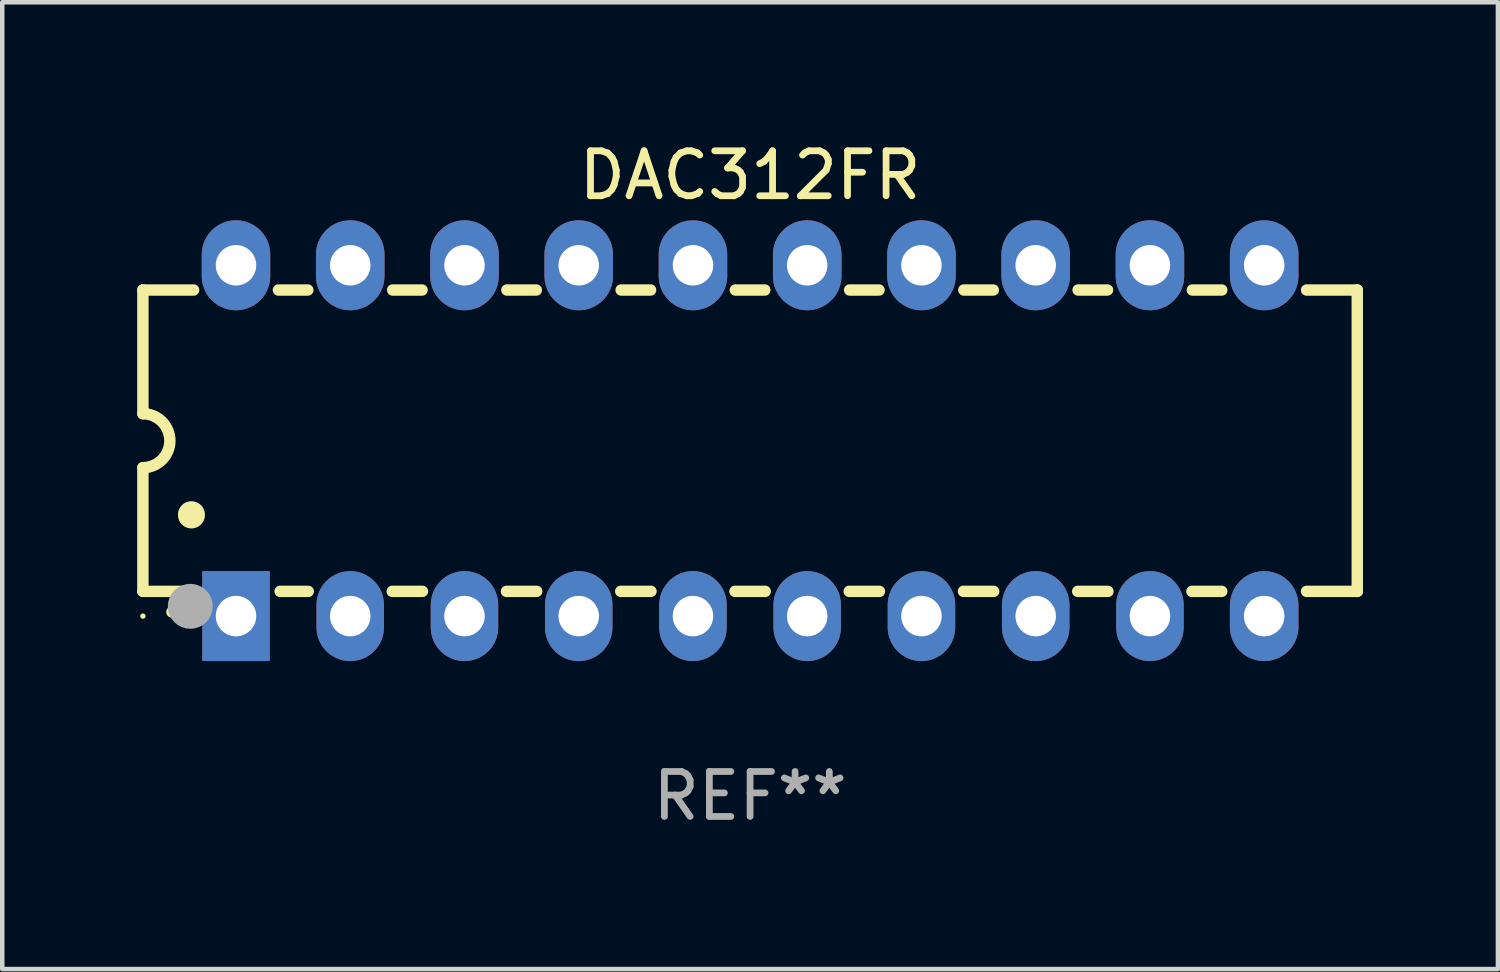
<source format=kicad_pcb>
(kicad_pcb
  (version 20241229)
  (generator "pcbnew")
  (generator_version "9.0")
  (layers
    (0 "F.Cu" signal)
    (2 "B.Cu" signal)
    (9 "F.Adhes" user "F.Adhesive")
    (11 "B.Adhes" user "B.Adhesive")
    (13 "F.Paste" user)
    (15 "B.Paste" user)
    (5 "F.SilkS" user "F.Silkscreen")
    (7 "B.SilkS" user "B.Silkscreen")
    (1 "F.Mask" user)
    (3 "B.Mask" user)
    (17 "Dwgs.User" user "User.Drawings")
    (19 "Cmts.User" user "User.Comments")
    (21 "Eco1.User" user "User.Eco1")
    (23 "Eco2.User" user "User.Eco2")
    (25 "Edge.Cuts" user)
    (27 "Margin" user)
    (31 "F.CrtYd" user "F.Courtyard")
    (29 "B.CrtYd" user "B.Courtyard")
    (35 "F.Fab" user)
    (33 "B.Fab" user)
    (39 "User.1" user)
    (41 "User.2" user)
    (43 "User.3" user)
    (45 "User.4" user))
  (footprint "DAC312FR"
    (layer "F.Cu")
    (at 13.627 6.748)
    (property "Reference" "DAC312FR" (at 0 -5.9 0) (layer "F.SilkS") (effects (font (size 1 1) (thickness 0.15))))
    (attr through_hole)
    (fp_line (start -13.5 -3.35) (end -12.373 -3.35) (stroke (width 0.254) (type solid)) (layer "F.SilkS"))
    (fp_line (start -13.5 -0.6) (end -13.5 -3.35) (stroke (width 0.254) (type solid)) (layer "F.SilkS"))
    (fp_line (start -13.5 3.35) (end -13.5 0.6) (stroke (width 0.254) (type solid)) (layer "F.SilkS"))
    (fp_line (start -13.5 3.35) (end -12.411 3.35) (stroke (width 0.254) (type solid)) (layer "F.SilkS"))
    (fp_line (start -10.487 -3.35) (end -9.833 -3.35) (stroke (width 0.254) (type solid)) (layer "F.SilkS"))
    (fp_line (start -10.449 3.35) (end -9.824 3.35) (stroke (width 0.254) (type solid)) (layer "F.SilkS"))
    (fp_line (start -7.956 3.35) (end -7.284 3.35) (stroke (width 0.254) (type solid)) (layer "F.SilkS"))
    (fp_line (start -7.947 -3.35) (end -7.293 -3.35) (stroke (width 0.254) (type solid)) (layer "F.SilkS"))
    (fp_line (start -5.416 3.35) (end -4.744 3.35) (stroke (width 0.254) (type solid)) (layer "F.SilkS"))
    (fp_line (start -5.407 -3.35) (end -4.753 -3.35) (stroke (width 0.254) (type solid)) (layer "F.SilkS"))
    (fp_line (start -2.876 3.35) (end -2.204 3.35) (stroke (width 0.254) (type solid)) (layer "F.SilkS"))
    (fp_line (start -2.867 -3.35) (end -2.213 -3.35) (stroke (width 0.254) (type solid)) (layer "F.SilkS"))
    (fp_line (start -0.336 3.35) (end 0.336 3.35) (stroke (width 0.254) (type solid)) (layer "F.SilkS"))
    (fp_line (start -0.327 -3.35) (end 0.327 -3.35) (stroke (width 0.254) (type solid)) (layer "F.SilkS"))
    (fp_line (start 2.204 3.35) (end 2.876 3.35) (stroke (width 0.254) (type solid)) (layer "F.SilkS"))
    (fp_line (start 2.213 -3.35) (end 2.867 -3.35) (stroke (width 0.254) (type solid)) (layer "F.SilkS"))
    (fp_line (start 4.744 3.35) (end 5.416 3.35) (stroke (width 0.254) (type solid)) (layer "F.SilkS"))
    (fp_line (start 4.753 -3.35) (end 5.407 -3.35) (stroke (width 0.254) (type solid)) (layer "F.SilkS"))
    (fp_line (start 7.284 3.35) (end 7.956 3.35) (stroke (width 0.254) (type solid)) (layer "F.SilkS"))
    (fp_line (start 7.293 -3.35) (end 7.947 -3.35) (stroke (width 0.254) (type solid)) (layer "F.SilkS"))
    (fp_line (start 9.824 3.35) (end 10.487 3.35) (stroke (width 0.254) (type solid)) (layer "F.SilkS"))
    (fp_line (start 9.833 -3.35) (end 10.487 -3.35) (stroke (width 0.254) (type solid)) (layer "F.SilkS"))
    (fp_line (start 12.373 -3.35) (end 13.5 -3.35) (stroke (width 0.254) (type solid)) (layer "F.SilkS"))
    (fp_line (start 12.373 3.35) (end 13.5 3.35) (stroke (width 0.254) (type solid)) (layer "F.SilkS"))
    (fp_line (start 13.5 -3.35) (end 13.5 3.35) (stroke (width 0.254) (type solid)) (layer "F.SilkS"))
    (fp_arc (start -13.500127 -0.599442) (mid -12.900406 0.000228) (end -13.500025 0.6) (stroke (width 0.254001) (type solid)) (layer "F.SilkS"))
    (fp_arc (start -12.854966 3.810008) (mid -12.854973 3.808738) (end -12.854966 3.807468) (stroke (width 0.25) (type solid)) (layer "F.SilkS"))
    (fp_arc (start -12.420625 1.651003) (mid -12.420636 1.648463) (end -12.420625 1.645923) (stroke (width 0.6) (type solid)) (layer "F.SilkS"))
    (fp_circle (center -13.5 3.9) (end -13.47 3.9) (stroke (width 0.06) (type solid)) (fill no) (layer "F.SilkS"))
    (fp_circle (center -12.446 3.683) (end -12.196 3.683) (stroke (width 0.5) (type solid)) (fill no) (layer "F.Fab"))
    (fp_text user "REF**" (at 0 7.9 0) (layer "F.Fab") (effects (font (size 1 1) (thickness 0.15))))
    (pad "1" thru_hole rect (at -11.43 3.9 90) (size 2 1.5) (drill 0.9) (layers "*.Cu" "*.Mask"))
    (pad "2" thru_hole oval (at -8.89 3.9 90) (size 2 1.5) (drill 0.9) (layers "*.Cu" "*.Mask"))
    (pad "3" thru_hole oval (at -6.35 3.9 90) (size 2 1.5) (drill 0.9) (layers "*.Cu" "*.Mask"))
    (pad "4" thru_hole oval (at -3.81 3.9 90) (size 2 1.5) (drill 0.9) (layers "*.Cu" "*.Mask"))
    (pad "5" thru_hole oval (at -1.27 3.9 90) (size 2 1.5) (drill 0.9) (layers "*.Cu" "*.Mask"))
    (pad "6" thru_hole oval (at 1.27 3.9 90) (size 2 1.5) (drill 0.9) (layers "*.Cu" "*.Mask"))
    (pad "7" thru_hole oval (at 3.81 3.9 90) (size 2 1.5) (drill 0.9) (layers "*.Cu" "*.Mask"))
    (pad "8" thru_hole oval (at 6.35 3.9 90) (size 2 1.5) (drill 0.9) (layers "*.Cu" "*.Mask"))
    (pad "9" thru_hole oval (at 8.89 3.9 90) (size 2 1.5) (drill 0.9) (layers "*.Cu" "*.Mask"))
    (pad "10" thru_hole oval (at 11.43 3.9 90) (size 2 1.524) (drill 0.9) (layers "*.Cu" "*.Mask"))
    (pad "11" thru_hole oval (at 11.43 -3.9 90) (size 2 1.524) (drill 0.9) (layers "*.Cu" "*.Mask"))
    (pad "12" thru_hole oval (at 8.89 -3.9 90) (size 2 1.524) (drill 0.9) (layers "*.Cu" "*.Mask"))
    (pad "13" thru_hole oval (at 6.35 -3.9 90) (size 2 1.524) (drill 0.9) (layers "*.Cu" "*.Mask"))
    (pad "14" thru_hole oval (at 3.81 -3.9 90) (size 2 1.524) (drill 0.9) (layers "*.Cu" "*.Mask"))
    (pad "15" thru_hole oval (at 1.27 -3.9 90) (size 2 1.524) (drill 0.9) (layers "*.Cu" "*.Mask"))
    (pad "16" thru_hole oval (at -1.27 -3.9 90) (size 2 1.524) (drill 0.9) (layers "*.Cu" "*.Mask"))
    (pad "17" thru_hole oval (at -3.81 -3.9 90) (size 2 1.524) (drill 0.9) (layers "*.Cu" "*.Mask"))
    (pad "18" thru_hole oval (at -6.35 -3.9 90) (size 2 1.524) (drill 0.9) (layers "*.Cu" "*.Mask"))
    (pad "19" thru_hole oval (at -8.89 -3.9 90) (size 2 1.524) (drill 0.9) (layers "*.Cu" "*.Mask"))
    (pad "20" thru_hole oval (at -11.43 -3.9 90) (size 2 1.524) (drill 0.9) (layers "*.Cu" "*.Mask")))
  (gr_rect
    (start -3 -3)
    (end 30.254 18.496)
    (stroke (width 0.1) (type default))
    (fill no)
    (layer "Edge.Cuts")))
</source>
